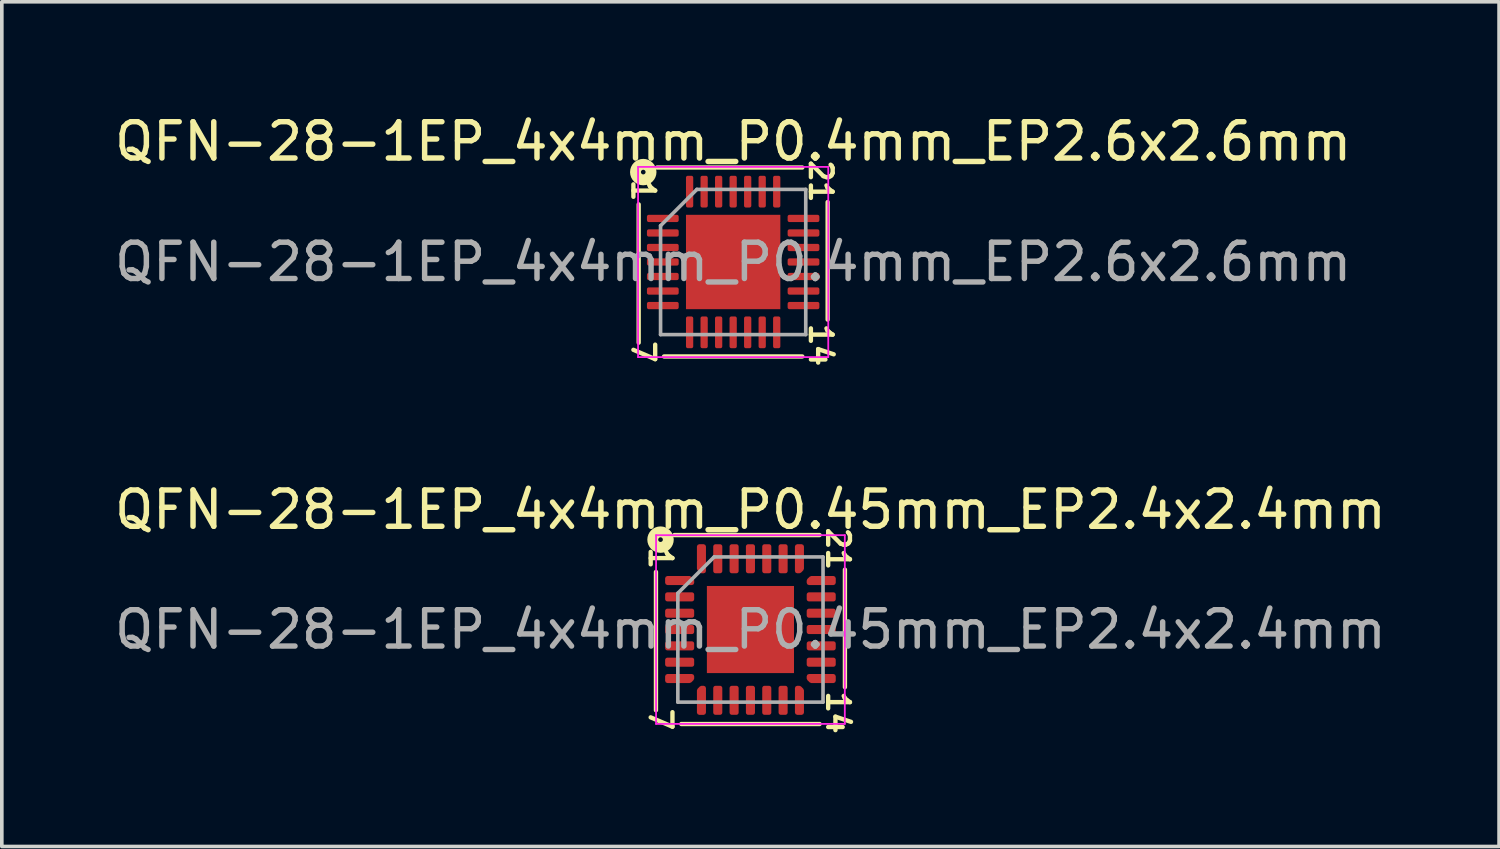
<source format=kicad_pcb>
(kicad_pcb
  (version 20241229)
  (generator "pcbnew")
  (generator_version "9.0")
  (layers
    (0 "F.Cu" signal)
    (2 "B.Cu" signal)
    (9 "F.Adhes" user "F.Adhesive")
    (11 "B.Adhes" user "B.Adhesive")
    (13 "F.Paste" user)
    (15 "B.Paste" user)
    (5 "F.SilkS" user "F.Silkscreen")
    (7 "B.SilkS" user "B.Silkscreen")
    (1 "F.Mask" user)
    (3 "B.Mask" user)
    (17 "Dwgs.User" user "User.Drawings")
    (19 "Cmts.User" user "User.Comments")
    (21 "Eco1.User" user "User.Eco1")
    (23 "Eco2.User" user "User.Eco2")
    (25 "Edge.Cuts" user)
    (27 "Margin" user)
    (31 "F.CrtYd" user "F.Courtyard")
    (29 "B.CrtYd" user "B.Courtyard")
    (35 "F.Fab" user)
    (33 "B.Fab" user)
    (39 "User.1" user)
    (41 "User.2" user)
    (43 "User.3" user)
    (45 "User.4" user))
  (footprint "QFN-28-1EP_4x4mm_P0.4mm_EP2.6x2.6mm"
    (layer "F.Cu")
    (at 17.149 4.168)
    (property "Reference" "QFN-28-1EP_4x4mm_P0.4mm_EP2.6x2.6mm" (at 0 -3.32 0) (layer "F.SilkS") (effects (font (size 1 1) (thickness 0.15))))
    (attr smd)
    (fp_line (start -2.603 -1.587) (end -2.603 2.223) (stroke (width 0.12) (type solid)) (layer "F.SilkS"))
    (fp_line (start -1.905 2.603) (end 1.905 2.603) (stroke (width 0.12) (type solid)) (layer "F.SilkS"))
    (fp_line (start 1.905 -2.603) (end -2.095 -2.603) (stroke (width 0.12) (type solid)) (layer "F.SilkS"))
    (fp_line (start 2.603 1.587) (end 2.603 -1.651) (stroke (width 0.12) (type solid)) (layer "F.SilkS"))
    (fp_circle (center -2.477 -2.477) (end -2.413 -2.477) (stroke (width 0.3) (type solid)) (fill no) (layer "F.SilkS"))
    (fp_line (start -2.62 -2.62) (end -2.62 2.62) (stroke (width 0.05) (type solid)) (layer "F.CrtYd"))
    (fp_line (start -2.62 2.62) (end 2.62 2.62) (stroke (width 0.05) (type solid)) (layer "F.CrtYd"))
    (fp_line (start 2.62 -2.62) (end -2.62 -2.62) (stroke (width 0.05) (type solid)) (layer "F.CrtYd"))
    (fp_line (start 2.62 2.62) (end 2.62 -2.62) (stroke (width 0.05) (type solid)) (layer "F.CrtYd"))
    (fp_line (start -2 -1) (end -1 -2) (stroke (width 0.1) (type solid)) (layer "F.Fab"))
    (fp_line (start -2 2) (end -2 -1) (stroke (width 0.1) (type solid)) (layer "F.Fab"))
    (fp_line (start -1 -2) (end 2 -2) (stroke (width 0.1) (type solid)) (layer "F.Fab"))
    (fp_line (start 2 -2) (end 2 2) (stroke (width 0.1) (type solid)) (layer "F.Fab"))
    (fp_line (start 2 2) (end -2 2) (stroke (width 0.1) (type solid)) (layer "F.Fab"))
    (fp_text user "1" (at -2.477 -1.968 270) (unlocked yes) (layer "F.SilkS") (effects (font (size 0.6 0.6) (thickness 0.12))))
    (fp_text user "21" (at 2.413 -2.223 270) (unlocked yes) (layer "F.SilkS") (effects (font (size 0.6 0.6) (thickness 0.12))))
    (fp_text user "14" (at 2.413 2.286 270) (unlocked yes) (layer "F.SilkS") (effects (font (size 0.6 0.6) (thickness 0.12))))
    (fp_text user "7" (at -2.477 2.477 270) (unlocked yes) (layer "F.SilkS") (effects (font (size 0.6 0.6) (thickness 0.12))))
    (fp_text user "${REFERENCE}" (at 0 0 0) (layer "F.Fab") (effects (font (size 1 1) (thickness 0.15))))
    (pad "" smd roundrect (at -0.65 -0.65) (size 1.05 1.05) (layers "F.Paste") (roundrect_rratio 0.238))
    (pad "" smd roundrect (at -0.65 0.65) (size 1.05 1.05) (layers "F.Paste") (roundrect_rratio 0.238))
    (pad "" smd roundrect (at 0.65 -0.65) (size 1.05 1.05) (layers "F.Paste") (roundrect_rratio 0.238))
    (pad "" smd roundrect (at 0.65 0.65) (size 1.05 1.05) (layers "F.Paste") (roundrect_rratio 0.238))
    (pad "1" smd roundrect (at -1.938 -1.2) (size 0.875 0.2) (layers "F.Cu" "F.Mask" "F.Paste") (roundrect_rratio 0.25))
    (pad "2" smd roundrect (at -1.938 -0.8) (size 0.875 0.2) (layers "F.Cu" "F.Mask" "F.Paste") (roundrect_rratio 0.25))
    (pad "3" smd roundrect (at -1.938 -0.4) (size 0.875 0.2) (layers "F.Cu" "F.Mask" "F.Paste") (roundrect_rratio 0.25))
    (pad "4" smd roundrect (at -1.938 0) (size 0.875 0.2) (layers "F.Cu" "F.Mask" "F.Paste") (roundrect_rratio 0.25))
    (pad "5" smd roundrect (at -1.938 0.4) (size 0.875 0.2) (layers "F.Cu" "F.Mask" "F.Paste") (roundrect_rratio 0.25))
    (pad "6" smd roundrect (at -1.938 0.8) (size 0.875 0.2) (layers "F.Cu" "F.Mask" "F.Paste") (roundrect_rratio 0.25))
    (pad "7" smd roundrect (at -1.938 1.2) (size 0.875 0.2) (layers "F.Cu" "F.Mask" "F.Paste") (roundrect_rratio 0.25))
    (pad "8" smd roundrect (at -1.2 1.938) (size 0.2 0.875) (layers "F.Cu" "F.Mask" "F.Paste") (roundrect_rratio 0.25))
    (pad "9" smd roundrect (at -0.8 1.938) (size 0.2 0.875) (layers "F.Cu" "F.Mask" "F.Paste") (roundrect_rratio 0.25))
    (pad "10" smd roundrect (at -0.4 1.938) (size 0.2 0.875) (layers "F.Cu" "F.Mask" "F.Paste") (roundrect_rratio 0.25))
    (pad "11" smd roundrect (at 0 1.938) (size 0.2 0.875) (layers "F.Cu" "F.Mask" "F.Paste") (roundrect_rratio 0.25))
    (pad "12" smd roundrect (at 0.4 1.938) (size 0.2 0.875) (layers "F.Cu" "F.Mask" "F.Paste") (roundrect_rratio 0.25))
    (pad "13" smd roundrect (at 0.8 1.938) (size 0.2 0.875) (layers "F.Cu" "F.Mask" "F.Paste") (roundrect_rratio 0.25))
    (pad "14" smd roundrect (at 1.2 1.938) (size 0.2 0.875) (layers "F.Cu" "F.Mask" "F.Paste") (roundrect_rratio 0.25))
    (pad "15" smd roundrect (at 1.938 1.2) (size 0.875 0.2) (layers "F.Cu" "F.Mask" "F.Paste") (roundrect_rratio 0.25))
    (pad "16" smd roundrect (at 1.938 0.8) (size 0.875 0.2) (layers "F.Cu" "F.Mask" "F.Paste") (roundrect_rratio 0.25))
    (pad "17" smd roundrect (at 1.938 0.4) (size 0.875 0.2) (layers "F.Cu" "F.Mask" "F.Paste") (roundrect_rratio 0.25))
    (pad "18" smd roundrect (at 1.938 0) (size 0.875 0.2) (layers "F.Cu" "F.Mask" "F.Paste") (roundrect_rratio 0.25))
    (pad "19" smd roundrect (at 1.938 -0.4) (size 0.875 0.2) (layers "F.Cu" "F.Mask" "F.Paste") (roundrect_rratio 0.25))
    (pad "20" smd roundrect (at 1.938 -0.8) (size 0.875 0.2) (layers "F.Cu" "F.Mask" "F.Paste") (roundrect_rratio 0.25))
    (pad "21" smd roundrect (at 1.938 -1.2) (size 0.875 0.2) (layers "F.Cu" "F.Mask" "F.Paste") (roundrect_rratio 0.25))
    (pad "22" smd roundrect (at 1.2 -1.938) (size 0.2 0.875) (layers "F.Cu" "F.Mask" "F.Paste") (roundrect_rratio 0.25))
    (pad "23" smd roundrect (at 0.8 -1.938) (size 0.2 0.875) (layers "F.Cu" "F.Mask" "F.Paste") (roundrect_rratio 0.25))
    (pad "24" smd roundrect (at 0.4 -1.938) (size 0.2 0.875) (layers "F.Cu" "F.Mask" "F.Paste") (roundrect_rratio 0.25))
    (pad "25" smd roundrect (at 0 -1.938) (size 0.2 0.875) (layers "F.Cu" "F.Mask" "F.Paste") (roundrect_rratio 0.25))
    (pad "26" smd roundrect (at -0.4 -1.938) (size 0.2 0.875) (layers "F.Cu" "F.Mask" "F.Paste") (roundrect_rratio 0.25))
    (pad "27" smd roundrect (at -0.8 -1.938) (size 0.2 0.875) (layers "F.Cu" "F.Mask" "F.Paste") (roundrect_rratio 0.25))
    (pad "28" smd roundrect (at -1.2 -1.938) (size 0.2 0.875) (layers "F.Cu" "F.Mask" "F.Paste") (roundrect_rratio 0.25))
    (pad "29" smd rect (at 0 0) (size 2.6 2.6) (layers "F.Cu" "F.Mask")))
  (footprint "QFN-28-1EP_4x4mm_P0.45mm_EP2.4x2.4mm"
    (layer "F.Cu")
    (at 17.625 14.294)
    (property "Reference" "QFN-28-1EP_4x4mm_P0.45mm_EP2.4x2.4mm" (at 0 -3.3 0) (layer "F.SilkS") (effects (font (size 1 1) (thickness 0.15))))
    (attr smd)
    (fp_line (start -2.603 -1.587) (end -2.603 2.223) (stroke (width 0.12) (type solid)) (layer "F.SilkS"))
    (fp_line (start -1.905 2.603) (end 1.905 2.603) (stroke (width 0.12) (type solid)) (layer "F.SilkS"))
    (fp_line (start 1.905 -2.603) (end -2.095 -2.603) (stroke (width 0.12) (type solid)) (layer "F.SilkS"))
    (fp_line (start 2.603 1.587) (end 2.603 -1.651) (stroke (width 0.12) (type solid)) (layer "F.SilkS"))
    (fp_circle (center -2.477 -2.477) (end -2.413 -2.477) (stroke (width 0.3) (type solid)) (fill no) (layer "F.SilkS"))
    (fp_line (start -2.6 -2.6) (end -2.6 2.6) (stroke (width 0.05) (type solid)) (layer "F.CrtYd"))
    (fp_line (start -2.6 2.6) (end 2.6 2.6) (stroke (width 0.05) (type solid)) (layer "F.CrtYd"))
    (fp_line (start 2.6 -2.6) (end -2.6 -2.6) (stroke (width 0.05) (type solid)) (layer "F.CrtYd"))
    (fp_line (start 2.6 2.6) (end 2.6 -2.6) (stroke (width 0.05) (type solid)) (layer "F.CrtYd"))
    (fp_line (start -2 -1) (end -1 -2) (stroke (width 0.1) (type solid)) (layer "F.Fab"))
    (fp_line (start -2 2) (end -2 -1) (stroke (width 0.1) (type solid)) (layer "F.Fab"))
    (fp_line (start -1 -2) (end 2 -2) (stroke (width 0.1) (type solid)) (layer "F.Fab"))
    (fp_line (start 2 -2) (end 2 2) (stroke (width 0.1) (type solid)) (layer "F.Fab"))
    (fp_line (start 2 2) (end -2 2) (stroke (width 0.1) (type solid)) (layer "F.Fab"))
    (fp_text user "7" (at -2.477 2.477 270) (unlocked yes) (layer "F.SilkS") (effects (font (size 0.6 0.6) (thickness 0.12))))
    (fp_text user "1" (at -2.477 -1.968 270) (unlocked yes) (layer "F.SilkS") (effects (font (size 0.6 0.6) (thickness 0.12))))
    (fp_text user "21" (at 2.413 -2.223 270) (unlocked yes) (layer "F.SilkS") (effects (font (size 0.6 0.6) (thickness 0.12))))
    (fp_text user "14" (at 2.413 2.286 270) (unlocked yes) (layer "F.SilkS") (effects (font (size 0.6 0.6) (thickness 0.12))))
    (fp_text user "${REFERENCE}" (at 0 0 0) (layer "F.Fab") (effects (font (size 1 1) (thickness 0.15))))
    (pad "" smd roundrect (at -0.6 -0.6) (size 0.97 0.97) (layers "F.Paste") (roundrect_rratio 0.25))
    (pad "" smd roundrect (at -0.6 0.6) (size 0.97 0.97) (layers "F.Paste") (roundrect_rratio 0.25))
    (pad "" smd roundrect (at 0.6 -0.6) (size 0.97 0.97) (layers "F.Paste") (roundrect_rratio 0.25))
    (pad "" smd roundrect (at 0.6 0.6) (size 0.97 0.97) (layers "F.Paste") (roundrect_rratio 0.25))
    (pad "1" smd custom (at -1.95 -1.35) (size 0.179 0.179) (layers "F.Cu" "F.Mask" "F.Paste") (options (anchor circle)) (primitives (gr_poly (pts (xy 0.338 0.001) (xy 0.338 0.062) (xy -0.338 0.062) (xy -0.338 -0.062) (xy 0.274 -0.062)) (width 0.125) (fill yes))))
    (pad "2" smd roundrect (at -1.95 -0.9) (size 0.8 0.25) (layers "F.Cu" "F.Mask" "F.Paste") (roundrect_rratio 0.25))
    (pad "3" smd roundrect (at -1.95 -0.45) (size 0.8 0.25) (layers "F.Cu" "F.Mask" "F.Paste") (roundrect_rratio 0.25))
    (pad "4" smd roundrect (at -1.95 0) (size 0.8 0.25) (layers "F.Cu" "F.Mask" "F.Paste") (roundrect_rratio 0.25))
    (pad "5" smd roundrect (at -1.95 0.45) (size 0.8 0.25) (layers "F.Cu" "F.Mask" "F.Paste") (roundrect_rratio 0.25))
    (pad "6" smd roundrect (at -1.95 0.9) (size 0.8 0.25) (layers "F.Cu" "F.Mask" "F.Paste") (roundrect_rratio 0.25))
    (pad "7" smd custom (at -1.95 1.35) (size 0.179 0.179) (layers "F.Cu" "F.Mask" "F.Paste") (options (anchor circle)) (primitives (gr_poly (pts (xy 0.338 -0.001) (xy 0.274 0.062) (xy -0.338 0.062) (xy -0.338 -0.062) (xy 0.338 -0.062)) (width 0.125) (fill yes))))
    (pad "8" smd custom (at -1.35 1.95) (size 0.179 0.179) (layers "F.Cu" "F.Mask" "F.Paste") (options (anchor circle)) (primitives (gr_poly (pts (xy 0.062 0.338) (xy -0.062 0.338) (xy -0.062 -0.274) (xy 0.001 -0.338) (xy 0.062 -0.338)) (width 0.125) (fill yes))))
    (pad "9" smd roundrect (at -0.9 1.95) (size 0.25 0.8) (layers "F.Cu" "F.Mask" "F.Paste") (roundrect_rratio 0.25))
    (pad "10" smd roundrect (at -0.45 1.95) (size 0.25 0.8) (layers "F.Cu" "F.Mask" "F.Paste") (roundrect_rratio 0.25))
    (pad "11" smd roundrect (at 0 1.95) (size 0.25 0.8) (layers "F.Cu" "F.Mask" "F.Paste") (roundrect_rratio 0.25))
    (pad "12" smd roundrect (at 0.45 1.95) (size 0.25 0.8) (layers "F.Cu" "F.Mask" "F.Paste") (roundrect_rratio 0.25))
    (pad "13" smd roundrect (at 0.9 1.95) (size 0.25 0.8) (layers "F.Cu" "F.Mask" "F.Paste") (roundrect_rratio 0.25))
    (pad "14" smd custom (at 1.35 1.95) (size 0.179 0.179) (layers "F.Cu" "F.Mask" "F.Paste") (options (anchor circle)) (primitives (gr_poly (pts (xy 0.062 -0.274) (xy 0.062 0.338) (xy -0.062 0.338) (xy -0.062 -0.338) (xy -0.001 -0.338)) (width 0.125) (fill yes))))
    (pad "15" smd custom (at 1.95 1.35) (size 0.179 0.179) (layers "F.Cu" "F.Mask" "F.Paste") (options (anchor circle)) (primitives (gr_poly (pts (xy 0.338 0.062) (xy -0.274 0.062) (xy -0.338 -0.001) (xy -0.338 -0.062) (xy 0.338 -0.062)) (width 0.125) (fill yes))))
    (pad "16" smd roundrect (at 1.95 0.9) (size 0.8 0.25) (layers "F.Cu" "F.Mask" "F.Paste") (roundrect_rratio 0.25))
    (pad "17" smd roundrect (at 1.95 0.45) (size 0.8 0.25) (layers "F.Cu" "F.Mask" "F.Paste") (roundrect_rratio 0.25))
    (pad "18" smd roundrect (at 1.95 0) (size 0.8 0.25) (layers "F.Cu" "F.Mask" "F.Paste") (roundrect_rratio 0.25))
    (pad "19" smd roundrect (at 1.95 -0.45) (size 0.8 0.25) (layers "F.Cu" "F.Mask" "F.Paste") (roundrect_rratio 0.25))
    (pad "20" smd roundrect (at 1.95 -0.9) (size 0.8 0.25) (layers "F.Cu" "F.Mask" "F.Paste") (roundrect_rratio 0.25))
    (pad "21" smd custom (at 1.95 -1.35) (size 0.179 0.179) (layers "F.Cu" "F.Mask" "F.Paste") (options (anchor circle)) (primitives (gr_poly (pts (xy 0.338 0.062) (xy -0.338 0.062) (xy -0.338 0.001) (xy -0.274 -0.062) (xy 0.338 -0.062)) (width 0.125) (fill yes))))
    (pad "22" smd custom (at 1.35 -1.95) (size 0.179 0.179) (layers "F.Cu" "F.Mask" "F.Paste") (options (anchor circle)) (primitives (gr_poly (pts (xy 0.062 0.274) (xy -0.001 0.338) (xy -0.062 0.338) (xy -0.062 -0.338) (xy 0.062 -0.338)) (width 0.125) (fill yes))))
    (pad "23" smd roundrect (at 0.9 -1.95) (size 0.25 0.8) (layers "F.Cu" "F.Mask" "F.Paste") (roundrect_rratio 0.25))
    (pad "24" smd roundrect (at 0.45 -1.95) (size 0.25 0.8) (layers "F.Cu" "F.Mask" "F.Paste") (roundrect_rratio 0.25))
    (pad "25" smd roundrect (at 0 -1.95) (size 0.25 0.8) (layers "F.Cu" "F.Mask" "F.Paste") (roundrect_rratio 0.25))
    (pad "26" smd roundrect (at -0.45 -1.95) (size 0.25 0.8) (layers "F.Cu" "F.Mask" "F.Paste") (roundrect_rratio 0.25))
    (pad "27" smd roundrect (at -0.9 -1.95) (size 0.25 0.8) (layers "F.Cu" "F.Mask" "F.Paste") (roundrect_rratio 0.25))
    (pad "28" smd custom (at -1.35 -1.95) (size 0.179 0.179) (layers "F.Cu" "F.Mask" "F.Paste") (options (anchor circle)) (primitives (gr_poly (pts (xy 0.062 0.338) (xy 0.001 0.338) (xy -0.062 0.274) (xy -0.062 -0.338) (xy 0.062 -0.338)) (width 0.125) (fill yes))))
    (pad "29" smd rect (at 0 0) (size 2.4 2.4) (layers "F.Cu" "F.Mask")))
  (gr_rect
    (start -3 -3)
    (end 38.25 20.271)
    (stroke (width 0.1) (type default))
    (fill no)
    (layer "Edge.Cuts")))
</source>
